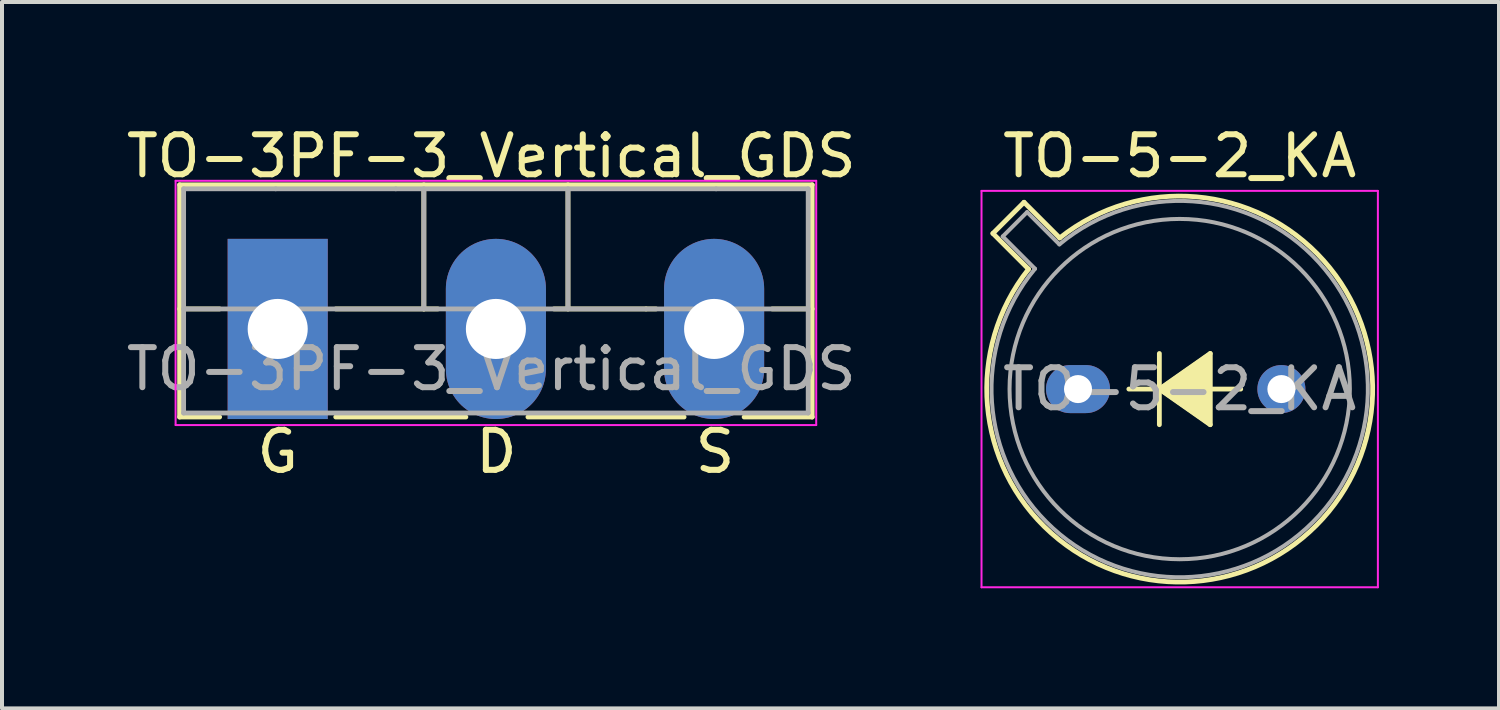
<source format=kicad_pcb>
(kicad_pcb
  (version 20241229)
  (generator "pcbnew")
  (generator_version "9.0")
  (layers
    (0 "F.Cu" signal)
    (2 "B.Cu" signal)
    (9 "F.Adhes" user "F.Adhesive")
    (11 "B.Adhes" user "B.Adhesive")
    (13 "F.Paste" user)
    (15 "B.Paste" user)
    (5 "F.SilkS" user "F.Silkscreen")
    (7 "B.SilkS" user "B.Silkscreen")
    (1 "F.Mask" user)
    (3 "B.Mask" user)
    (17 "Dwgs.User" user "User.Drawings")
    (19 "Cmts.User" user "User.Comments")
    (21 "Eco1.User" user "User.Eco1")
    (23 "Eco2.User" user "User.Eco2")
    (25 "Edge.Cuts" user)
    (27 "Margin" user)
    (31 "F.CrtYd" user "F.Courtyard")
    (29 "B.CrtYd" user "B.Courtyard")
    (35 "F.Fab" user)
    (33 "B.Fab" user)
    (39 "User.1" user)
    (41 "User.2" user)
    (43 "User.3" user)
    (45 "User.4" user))
  (footprint "TO-3PF-3_Vertical_GDS"
    (layer "F.Cu")
    (at 3.886 5.166)
    (property "Reference" "TO-3PF-3_Vertical_GDS" (at 5.334 -4.318 0) (layer "F.SilkS") (effects (font (size 1 1) (thickness 0.15))))
    (fp_line (start -2.45 -3.6) (end -2.45 2.2) (stroke (width 0.12) (type solid)) (layer "F.SilkS"))
    (fp_line (start -2.45 2.2) (end -1.45 2.2) (stroke (width 0.12) (type solid)) (layer "F.SilkS"))
    (fp_line (start -1.45 -0.5) (end -2.45 -0.5) (stroke (width 0.12) (type solid)) (layer "F.SilkS"))
    (fp_line (start 1.45 2.2) (end 4.7 2.2) (stroke (width 0.12) (type solid)) (layer "F.SilkS"))
    (fp_line (start 3.65 -3.6) (end 3.65 -0.5) (stroke (width 0.12) (type solid)) (layer "F.SilkS"))
    (fp_line (start 3.65 -0.5) (end 1.45 -0.5) (stroke (width 0.12) (type solid)) (layer "F.SilkS"))
    (fp_line (start 3.65 -0.5) (end 4 -0.5) (stroke (width 0.12) (type solid)) (layer "F.SilkS"))
    (fp_line (start 6.25 2.2) (end 10.15 2.2) (stroke (width 0.12) (type solid)) (layer "F.SilkS"))
    (fp_line (start 7.25 -0.5) (end 7.25 -3.6) (stroke (width 0.12) (type solid)) (layer "F.SilkS"))
    (fp_line (start 9.2 -0.5) (end 6.9 -0.5) (stroke (width 0.12) (type solid)) (layer "F.SilkS"))
    (fp_line (start 9.45 -0.5) (end 9.2 -0.5) (stroke (width 0.12) (type solid)) (layer "F.SilkS"))
    (fp_line (start 11.65 2.2) (end 13.35 2.2) (stroke (width 0.12) (type solid)) (layer "F.SilkS"))
    (fp_line (start 13.35 -3.6) (end -2.45 -3.6) (stroke (width 0.12) (type solid)) (layer "F.SilkS"))
    (fp_line (start 13.35 -0.5) (end 12.35 -0.5) (stroke (width 0.12) (type solid)) (layer "F.SilkS"))
    (fp_line (start 13.35 2.2) (end 13.35 -3.6) (stroke (width 0.12) (type solid)) (layer "F.SilkS"))
    (fp_line (start -2.55 -3.7) (end -2.55 2.4) (stroke (width 0.05) (type solid)) (layer "F.CrtYd"))
    (fp_line (start -2.55 2.4) (end 13.45 2.4) (stroke (width 0.05) (type solid)) (layer "F.CrtYd"))
    (fp_line (start 13.45 -3.7) (end -2.55 -3.7) (stroke (width 0.05) (type solid)) (layer "F.CrtYd"))
    (fp_line (start 13.45 2.4) (end 13.45 -3.7) (stroke (width 0.05) (type solid)) (layer "F.CrtYd"))
    (fp_line (start -2.35 -3.5) (end -2.35 2.1) (stroke (width 0.12) (type solid)) (layer "F.Fab"))
    (fp_line (start -2.35 2.1) (end 13.25 2.1) (stroke (width 0.12) (type solid)) (layer "F.Fab"))
    (fp_line (start -0.05 -3.5) (end -2.35 -3.5) (stroke (width 0.12) (type solid)) (layer "F.Fab"))
    (fp_line (start 2.95 -3.5) (end -0.05 -3.5) (stroke (width 0.12) (type solid)) (layer "F.Fab"))
    (fp_line (start 3.65 -3.5) (end 3.65 -0.5) (stroke (width 0.12) (type solid)) (layer "F.Fab"))
    (fp_line (start 7.25 -3.5) (end 7.25 -0.5) (stroke (width 0.12) (type solid)) (layer "F.Fab"))
    (fp_line (start 10.85 -0.5) (end -2.35 -0.5) (stroke (width 0.12) (type solid)) (layer "F.Fab"))
    (fp_line (start 10.85 -0.5) (end 13.25 -0.5) (stroke (width 0.12) (type solid)) (layer "F.Fab"))
    (fp_line (start 10.95 -3.5) (end 2.95 -3.5) (stroke (width 0.12) (type solid)) (layer "F.Fab"))
    (fp_line (start 13.25 -3.5) (end 10.95 -3.5) (stroke (width 0.12) (type solid)) (layer "F.Fab"))
    (fp_line (start 13.25 2.1) (end 13.25 -3.5) (stroke (width 0.12) (type solid)) (layer "F.Fab"))
    (fp_text user "D" (at 5.461 3.064 0) (unlocked yes) (layer "F.SilkS") (effects (font (size 1 1) (thickness 0.15))))
    (fp_text user "S" (at 10.922 3.064 0) (unlocked yes) (layer "F.SilkS") (effects (font (size 1 1) (thickness 0.15))))
    (fp_text user "G" (at 0 3.064 0) (unlocked yes) (layer "F.SilkS") (effects (font (size 1 1) (thickness 0.15))))
    (fp_text user "${REFERENCE}" (at 5.334 1 0) (layer "F.Fab") (effects (font (size 1 1) (thickness 0.15))))
    (pad "1" thru_hole rect (at 0 0) (size 2.5 4.5) (drill 1.5) (layers "*.Cu" "*.Mask"))
    (pad "2" thru_hole oval (at 5.45 0) (size 2.5 4.5) (drill 1.5) (layers "*.Cu" "*.Mask"))
    (pad "3" thru_hole oval (at 10.9 0) (size 2.5 4.5) (drill 1.5) (layers "*.Cu" "*.Mask")))
  (footprint "TO-5-2_KA"
    (layer "F.Cu")
    (at 23.875 6.668)
    (property "Reference" "TO-5-2_KA" (at 2.54 -5.82 0) (layer "F.SilkS") (effects (font (size 1 1) (thickness 0.15))))
    (attr through_hole)
    (fp_line (start -2.126 -3.888) (end -1.235 -2.997) (stroke (width 0.12) (type solid)) (layer "F.SilkS"))
    (fp_line (start -1.348 -4.666) (end -2.126 -3.888) (stroke (width 0.12) (type solid)) (layer "F.SilkS"))
    (fp_line (start -0.457 -3.775) (end -1.348 -4.666) (stroke (width 0.12) (type solid)) (layer "F.SilkS"))
    (fp_line (start 2.032 0) (end 1.27 0) (stroke (width 0.12) (type solid)) (layer "F.SilkS"))
    (fp_line (start 2.032 0) (end 3.302 -0.889) (stroke (width 0.12) (type solid)) (layer "F.SilkS"))
    (fp_line (start 2.032 0.889) (end 2.032 -0.889) (stroke (width 0.12) (type solid)) (layer "F.SilkS"))
    (fp_line (start 3.302 -0.889) (end 3.302 0.889) (stroke (width 0.12) (type solid)) (layer "F.SilkS"))
    (fp_line (start 3.302 0.889) (end 2.032 0) (stroke (width 0.12) (type solid)) (layer "F.SilkS"))
    (fp_line (start 4.064 0) (end 3.302 0) (stroke (width 0.12) (type solid)) (layer "F.SilkS"))
    (fp_arc (start -0.457084 -3.774902) (mid 5.948125 3.408384) (end -1.234674 -2.997371) (stroke (width 0.12) (type solid)) (layer "F.SilkS"))
    (fp_poly (pts (xy 3.302 0.889) (xy 2.032 0) (xy 3.302 -0.889)) (stroke (width 0.1) (type solid)) (fill yes) (layer "F.SilkS"))
    (fp_line (start -2.41 -4.95) (end -2.41 4.95) (stroke (width 0.05) (type solid)) (layer "F.CrtYd"))
    (fp_line (start -2.41 4.95) (end 7.49 4.95) (stroke (width 0.05) (type solid)) (layer "F.CrtYd"))
    (fp_line (start 7.49 -4.95) (end -2.41 -4.95) (stroke (width 0.05) (type solid)) (layer "F.CrtYd"))
    (fp_line (start 7.49 4.95) (end 7.49 -4.95) (stroke (width 0.05) (type solid)) (layer "F.CrtYd"))
    (fp_line (start -1.88 -3.812) (end -1.074 -3.005) (stroke (width 0.1) (type solid)) (layer "F.Fab"))
    (fp_line (start -1.272 -4.42) (end -1.88 -3.812) (stroke (width 0.1) (type solid)) (layer "F.Fab"))
    (fp_line (start -0.465 -3.614) (end -1.272 -4.42) (stroke (width 0.1) (type solid)) (layer "F.Fab"))
    (fp_arc (start -0.465408 -3.61352) (mid 5.863443 3.323361) (end -1.073594 -3.005319) (stroke (width 0.1) (type solid)) (layer "F.Fab"))
    (fp_circle (center 2.54 0) (end 6.79 0) (stroke (width 0.1) (type solid)) (fill no) (layer "F.Fab"))
    (fp_text user "${REFERENCE}" (at 2.54 0 0) (layer "F.Fab") (effects (font (size 1 1) (thickness 0.15))))
    (pad "1" thru_hole oval (at 0 0) (size 1.6 1.2) (drill 0.7) (layers "*.Cu" "*.Mask"))
    (pad "2" thru_hole oval (at 5.08 0) (size 1.2 1.2) (drill 0.7) (layers "*.Cu" "*.Mask")))
  (gr_rect
    (start -3 -3)
    (end 34.39 14.643)
    (stroke (width 0.1) (type default))
    (fill no)
    (layer "Edge.Cuts")))
</source>
